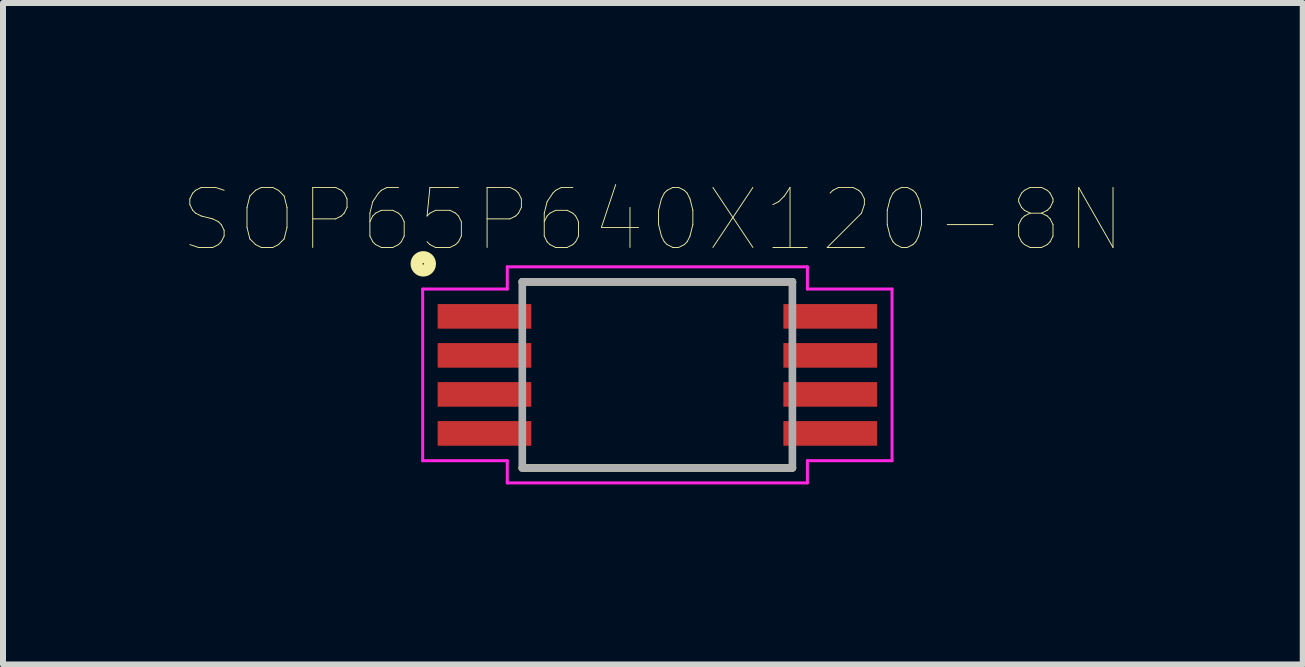
<source format=kicad_pcb>
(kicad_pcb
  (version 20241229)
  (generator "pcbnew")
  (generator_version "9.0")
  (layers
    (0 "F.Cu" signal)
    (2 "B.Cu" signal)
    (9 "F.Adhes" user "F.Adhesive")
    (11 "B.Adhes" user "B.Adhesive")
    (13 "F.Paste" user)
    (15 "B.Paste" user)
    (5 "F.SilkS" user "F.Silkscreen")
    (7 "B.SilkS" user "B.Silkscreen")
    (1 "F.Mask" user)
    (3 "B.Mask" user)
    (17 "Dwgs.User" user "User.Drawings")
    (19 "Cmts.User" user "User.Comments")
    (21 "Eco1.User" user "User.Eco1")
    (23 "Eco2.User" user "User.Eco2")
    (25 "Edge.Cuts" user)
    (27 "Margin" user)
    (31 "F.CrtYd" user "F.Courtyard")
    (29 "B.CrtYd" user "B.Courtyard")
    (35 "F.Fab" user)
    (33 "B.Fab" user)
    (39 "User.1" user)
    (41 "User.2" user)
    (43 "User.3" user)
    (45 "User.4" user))
  (footprint "SOP65P640X120-8N"
    (layer "F.Cu")
    (at 7.902 3.196)
    (property "Reference" "SOP65P640X120-8N" (at -0.075 -2.585 0) (layer "F.SilkS") (effects (font (size 1 1) (thickness 0.015))))
    (attr through_hole)
    (fp_line (start -2.25 1.55) (end 2.25 1.55) (stroke (width 0.127) (type solid)) (layer "F.SilkS"))
    (fp_line (start 2.25 -1.55) (end -2.25 -1.55) (stroke (width 0.127) (type solid)) (layer "F.SilkS"))
    (fp_circle (center -3.9 -1.85) (end -3.788 -1.85) (stroke (width 0.2) (type solid)) (fill no) (layer "F.SilkS"))
    (fp_line (start -3.91 -1.43) (end -2.5 -1.43) (stroke (width 0.05) (type solid)) (layer "F.CrtYd"))
    (fp_line (start -3.91 1.43) (end -3.91 -1.43) (stroke (width 0.05) (type solid)) (layer "F.CrtYd"))
    (fp_line (start -2.5 -1.8) (end 2.5 -1.8) (stroke (width 0.05) (type solid)) (layer "F.CrtYd"))
    (fp_line (start -2.5 -1.43) (end -2.5 -1.8) (stroke (width 0.05) (type solid)) (layer "F.CrtYd"))
    (fp_line (start -2.5 1.43) (end -3.91 1.43) (stroke (width 0.05) (type solid)) (layer "F.CrtYd"))
    (fp_line (start -2.5 1.8) (end -2.5 1.43) (stroke (width 0.05) (type solid)) (layer "F.CrtYd"))
    (fp_line (start 2.5 -1.8) (end 2.5 -1.43) (stroke (width 0.05) (type solid)) (layer "F.CrtYd"))
    (fp_line (start 2.5 -1.43) (end 3.91 -1.43) (stroke (width 0.05) (type solid)) (layer "F.CrtYd"))
    (fp_line (start 2.5 1.43) (end 2.5 1.8) (stroke (width 0.05) (type solid)) (layer "F.CrtYd"))
    (fp_line (start 2.5 1.8) (end -2.5 1.8) (stroke (width 0.05) (type solid)) (layer "F.CrtYd"))
    (fp_line (start 3.91 -1.43) (end 3.91 1.43) (stroke (width 0.05) (type solid)) (layer "F.CrtYd"))
    (fp_line (start 3.91 1.43) (end 2.5 1.43) (stroke (width 0.05) (type solid)) (layer "F.CrtYd"))
    (fp_line (start -2.25 -1.55) (end -2.25 1.55) (stroke (width 0.127) (type solid)) (layer "F.Fab"))
    (fp_line (start -2.25 1.55) (end 2.25 1.55) (stroke (width 0.127) (type solid)) (layer "F.Fab"))
    (fp_line (start 2.25 -1.55) (end -2.25 -1.55) (stroke (width 0.127) (type solid)) (layer "F.Fab"))
    (fp_line (start 2.25 1.55) (end 2.25 -1.55) (stroke (width 0.127) (type solid)) (layer "F.Fab"))
    (pad "1" smd rect (at -2.88 -0.975) (size 1.56 0.41) (layers "F.Cu" "F.Mask" "F.Paste"))
    (pad "2" smd rect (at -2.88 -0.325) (size 1.56 0.41) (layers "F.Cu" "F.Mask" "F.Paste"))
    (pad "3" smd rect (at -2.88 0.325) (size 1.56 0.41) (layers "F.Cu" "F.Mask" "F.Paste"))
    (pad "4" smd rect (at -2.88 0.975) (size 1.56 0.41) (layers "F.Cu" "F.Mask" "F.Paste"))
    (pad "5" smd rect (at 2.88 0.975) (size 1.56 0.41) (layers "F.Cu" "F.Mask" "F.Paste"))
    (pad "6" smd rect (at 2.88 0.325) (size 1.56 0.41) (layers "F.Cu" "F.Mask" "F.Paste"))
    (pad "7" smd rect (at 2.88 -0.325) (size 1.56 0.41) (layers "F.Cu" "F.Mask" "F.Paste"))
    (pad "8" smd rect (at 2.88 -0.975) (size 1.56 0.41) (layers "F.Cu" "F.Mask" "F.Paste")))
  (gr_rect
    (start -3 -3)
    (end 18.655 8.021)
    (stroke (width 0.1) (type default))
    (fill no)
    (layer "Edge.Cuts")))
</source>
